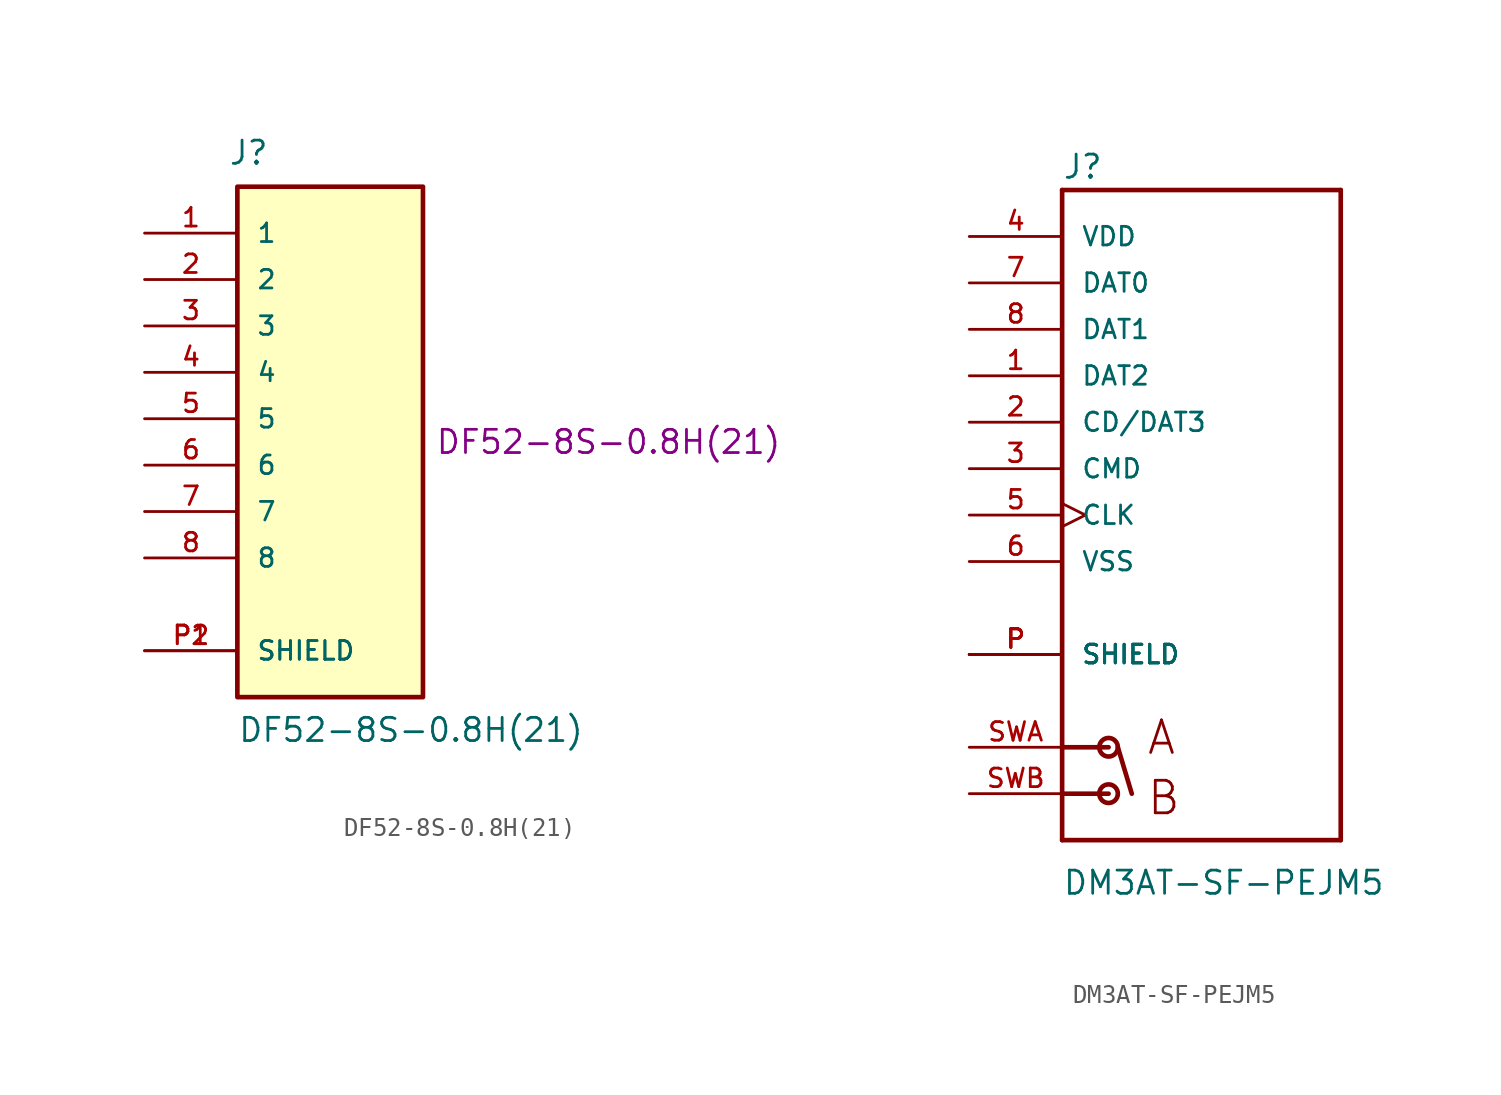
<source format=kicad_sym>
(kicad_symbol_lib
  (version 20211014)
  (generator kicad_symbol_editor)
  (symbol "DF52-8S-0.8H(21)"
    (pin_names
      (offset 1.016))
    (property "Reference" "J"
      (at -5.588 13.818 0)
      (effects (font (size 1.27 1.27)) (justify left bottom)))
    (property "Value" "DF52-8S-0.8H(21)"
      (at -5.08 -17.78 0)
      (effects (font (size 1.27 1.27)) (justify left bottom)))
    (property "MPN" "DF52-8S-0.8H(21)"
      (at 15.24 -1.27 0)
      (effects (font (size 1.27 1.27))))
    (symbol "DF52-8S-0.8H(21)_0_0"
      (rectangle (start -5.08 -15.24) (end 5.08 12.7) (stroke (width 0.254) (type default) (color 0 0 0 0)) (fill (type background)))
      (pin passive line (at -10.16 10.16 0) (length 5.08) (name "1" (effects (font (size 1.016 1.016)))) (number "1" (effects (font (size 1.016 1.016)))))
      (pin passive line (at -10.16 7.62 0) (length 5.08) (name "2" (effects (font (size 1.016 1.016)))) (number "2" (effects (font (size 1.016 1.016)))))
      (pin passive line (at -10.16 5.08 0) (length 5.08) (name "3" (effects (font (size 1.016 1.016)))) (number "3" (effects (font (size 1.016 1.016)))))
      (pin passive line (at -10.16 2.54 0) (length 5.08) (name "4" (effects (font (size 1.016 1.016)))) (number "4" (effects (font (size 1.016 1.016)))))
      (pin passive line (at -10.16 0 0) (length 5.08) (name "5" (effects (font (size 1.016 1.016)))) (number "5" (effects (font (size 1.016 1.016)))))
      (pin passive line (at -10.16 -2.54 0) (length 5.08) (name "6" (effects (font (size 1.016 1.016)))) (number "6" (effects (font (size 1.016 1.016)))))
      (pin passive line (at -10.16 -5.08 0) (length 5.08) (name "7" (effects (font (size 1.016 1.016)))) (number "7" (effects (font (size 1.016 1.016)))))
      (pin passive line (at -10.16 -7.62 0) (length 5.08) (name "8" (effects (font (size 1.016 1.016)))) (number "8" (effects (font (size 1.016 1.016)))))
      (pin passive line (at -10.16 -12.7 0) (length 5.08) (name "SHIELD" (effects (font (size 1.016 1.016)))) (number "P1" (effects (font (size 1.016 1.016)))))
      (pin passive line (at -10.16 -12.7 0) (length 5.08) (name "SHIELD" (effects (font (size 1.016 1.016)))) (number "P2" (effects (font (size 1.016 1.016)))))))
  (symbol "DM3AT-SF-PEJM5"
    (pin_names
      (offset 1.016))
    (property "Reference" "J"
      (at -7.62 18.313 0)
      (effects (font (size 1.27 1.27)) (justify left bottom)))
    (property "Value" "DM3AT-SF-PEJM5"
      (at -7.62 -20.853 0)
      (effects (font (size 1.27 1.27)) (justify left bottom)))
    (symbol "DM3AT-SF-PEJM5_0_0"
      (circle (center -5.08 -15.24) (radius 0.508) (stroke (width 0.254) (type default) (color 0 0 0 0)) (fill (type none)))
      (circle (center -5.08 -12.7) (radius 0.508) (stroke (width 0.254) (type default) (color 0 0 0 0)) (fill (type none)))
      (polyline (pts (xy -7.62 -17.78) (xy 7.62 -17.78)) (stroke (width 0.254) (type default) (color 0 0 0 0)) (fill (type none)))
      (polyline (pts (xy -7.62 -15.24) (xy -7.62 -17.78)) (stroke (width 0.254) (type default) (color 0 0 0 0)) (fill (type none)))
      (polyline (pts (xy -7.62 -15.24) (xy -5.08 -15.24)) (stroke (width 0.254) (type default) (color 0 0 0 0)) (fill (type none)))
      (polyline (pts (xy -7.62 -12.7) (xy -7.62 -15.24)) (stroke (width 0.254) (type default) (color 0 0 0 0)) (fill (type none)))
      (polyline (pts (xy -7.62 -12.7) (xy -5.08 -12.7)) (stroke (width 0.254) (type default) (color 0 0 0 0)) (fill (type none)))
      (polyline (pts (xy -7.62 17.78) (xy -7.62 -12.7)) (stroke (width 0.254) (type default) (color 0 0 0 0)) (fill (type none)))
      (polyline (pts (xy -4.572 -12.7) (xy -3.81 -15.24)) (stroke (width 0.254) (type default) (color 0 0 0 0)) (fill (type none)))
      (polyline (pts (xy 7.62 -17.78) (xy 7.62 17.78)) (stroke (width 0.254) (type default) (color 0 0 0 0)) (fill (type none)))
      (polyline (pts (xy 7.62 17.78) (xy -7.62 17.78)) (stroke (width 0.254) (type default) (color 0 0 0 0)) (fill (type none)))
      (text "A" (at -3.048 -13.208 0) (effects (font (size 1.778 1.778)) (justify left bottom)))
      (text "B" (at -3.048 -16.51 0) (effects (font (size 1.778 1.778)) (justify left bottom)))
      (pin bidirectional line (at -12.7 7.62 0) (length 5.08) (name "DAT2" (effects (font (size 1.016 1.016)))) (number "1" (effects (font (size 1.016 1.016)))))
      (pin bidirectional line (at -12.7 5.08 0) (length 5.08) (name "CD/DAT3" (effects (font (size 1.016 1.016)))) (number "2" (effects (font (size 1.016 1.016)))))
      (pin bidirectional line (at -12.7 2.54 0) (length 5.08) (name "CMD" (effects (font (size 1.016 1.016)))) (number "3" (effects (font (size 1.016 1.016)))))
      (pin power_in line (at -12.7 15.24 0) (length 5.08) (name "VDD" (effects (font (size 1.016 1.016)))) (number "4" (effects (font (size 1.016 1.016)))))
      (pin bidirectional clock (at -12.7 0 0) (length 5.08) (name "CLK" (effects (font (size 1.016 1.016)))) (number "5" (effects (font (size 1.016 1.016)))))
      (pin power_in line (at -12.7 -2.54 0) (length 5.08) (name "VSS" (effects (font (size 1.016 1.016)))) (number "6" (effects (font (size 1.016 1.016)))))
      (pin bidirectional line (at -12.7 12.7 0) (length 5.08) (name "DAT0" (effects (font (size 1.016 1.016)))) (number "7" (effects (font (size 1.016 1.016)))))
      (pin bidirectional line (at -12.7 10.16 0) (length 5.08) (name "DAT1" (effects (font (size 1.016 1.016)))) (number "8" (effects (font (size 1.016 1.016)))))
      (pin passive line (at -12.7 -7.62 0) (length 5.08) (name "SHIELD" (effects (font (size 1.016 1.016)))) (number "P" (effects (font (size 1.016 1.016)))))
      (pin passive line (at -12.7 -7.62 0) (length 5.08) (name "SHIELD" (effects (font (size 1.016 1.016)))) (number "P" (effects (font (size 1.016 1.016)))))
      (pin passive line (at -12.7 -7.62 0) (length 5.08) (name "SHIELD" (effects (font (size 1.016 1.016)))) (number "P" (effects (font (size 1.016 1.016)))))
      (pin passive line (at -12.7 -7.62 0) (length 5.08) (name "SHIELD" (effects (font (size 1.016 1.016)))) (number "P" (effects (font (size 1.016 1.016)))))
      (pin bidirectional line (at -12.7 -12.7 0) (length 5.08) (name "~" (effects (font (size 1.016 1.016)))) (number "SWA" (effects (font (size 1.016 1.016)))))
      (pin bidirectional line (at -12.7 -15.24 0) (length 5.08) (name "~" (effects (font (size 1.016 1.016)))) (number "SWB" (effects (font (size 1.016 1.016))))))))
</source>
